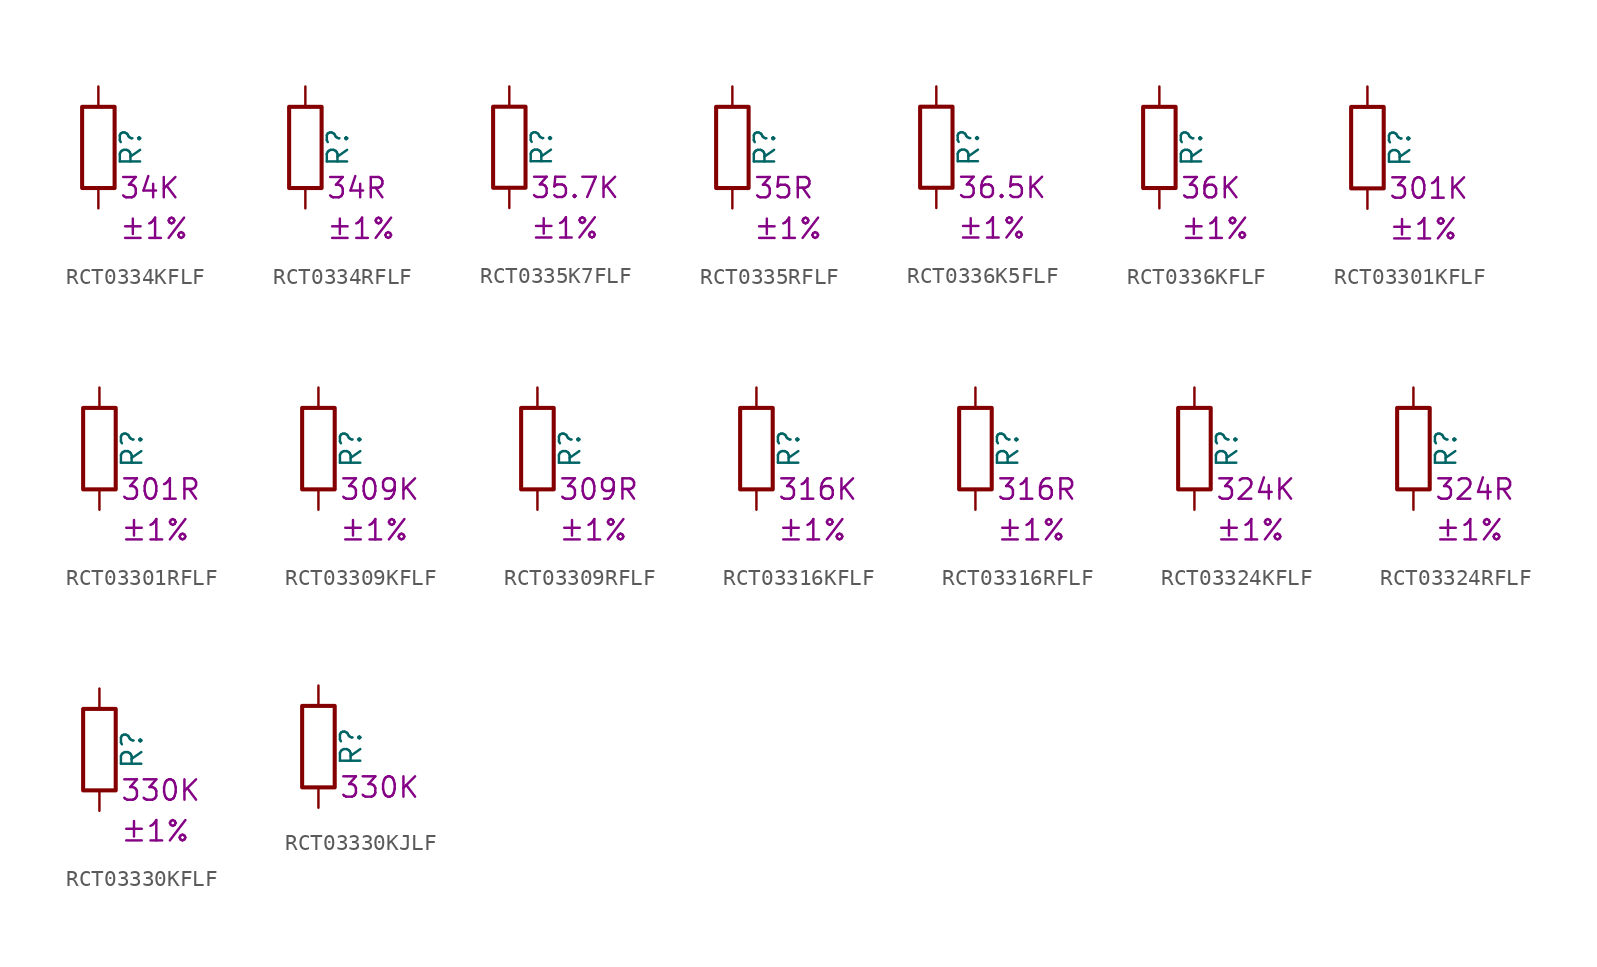
<source format=kicad_sym>
(kicad_symbol_lib
  (version 20220914)
  (generator kicad_symbol_editor)
  (symbol "RCT0334KFLF"
    (pin_numbers hide)
    (pin_names
      (offset 0))
    (property "Reference" "R"
      (at 2.032 0 90)
      (effects (font (size 1.27 1.27))))
    (property "Resistance" "34K"
      (at 1.27 -2.54 0)
      (effects (font (size 1.27 1.27)) (justify left)))
    (property "Tolerance" "±1%"
      (at 1.27 -5.08 0)
      (effects (font (size 1.27 1.27)) (justify left)))
    (symbol "RCT0334KFLF_0_1"
      (rectangle (start -1.016 -2.54) (end 1.016 2.54) (stroke (width 0.254) (type default)) (fill (type none))))
    (symbol "RCT0334KFLF_1_1"
      (pin passive line (at 0 3.81 270) (length 1.27) (name "~" (effects (font (size 1.27 1.27)))) (number "1" (effects (font (size 1.27 1.27)))))
      (pin passive line (at 0 -3.81 90) (length 1.27) (name "~" (effects (font (size 1.27 1.27)))) (number "2" (effects (font (size 1.27 1.27)))))))
  (symbol "RCT0334RFLF"
    (pin_numbers hide)
    (pin_names
      (offset 0))
    (property "Reference" "R"
      (at 2.032 0 90)
      (effects (font (size 1.27 1.27))))
    (property "Resistance" "34R"
      (at 1.27 -2.54 0)
      (effects (font (size 1.27 1.27)) (justify left)))
    (property "Tolerance" "±1%"
      (at 1.27 -5.08 0)
      (effects (font (size 1.27 1.27)) (justify left)))
    (symbol "RCT0334RFLF_0_1"
      (rectangle (start -1.016 -2.54) (end 1.016 2.54) (stroke (width 0.254) (type default)) (fill (type none))))
    (symbol "RCT0334RFLF_1_1"
      (pin passive line (at 0 3.81 270) (length 1.27) (name "~" (effects (font (size 1.27 1.27)))) (number "1" (effects (font (size 1.27 1.27)))))
      (pin passive line (at 0 -3.81 90) (length 1.27) (name "~" (effects (font (size 1.27 1.27)))) (number "2" (effects (font (size 1.27 1.27)))))))
  (symbol "RCT0335K7FLF"
    (pin_numbers hide)
    (pin_names
      (offset 0))
    (property "Reference" "R"
      (at 2.032 0 90)
      (effects (font (size 1.27 1.27))))
    (property "Resistance" "35.7K"
      (at 1.27 -2.54 0)
      (effects (font (size 1.27 1.27)) (justify left)))
    (property "Tolerance" "±1%"
      (at 1.27 -5.08 0)
      (effects (font (size 1.27 1.27)) (justify left)))
    (symbol "RCT0335K7FLF_0_1"
      (rectangle (start -1.016 -2.54) (end 1.016 2.54) (stroke (width 0.254) (type default)) (fill (type none))))
    (symbol "RCT0335K7FLF_1_1"
      (pin passive line (at 0 3.81 270) (length 1.27) (name "~" (effects (font (size 1.27 1.27)))) (number "1" (effects (font (size 1.27 1.27)))))
      (pin passive line (at 0 -3.81 90) (length 1.27) (name "~" (effects (font (size 1.27 1.27)))) (number "2" (effects (font (size 1.27 1.27)))))))
  (symbol "RCT0335RFLF"
    (pin_numbers hide)
    (pin_names
      (offset 0))
    (property "Reference" "R"
      (at 2.032 0 90)
      (effects (font (size 1.27 1.27))))
    (property "Resistance" "35R"
      (at 1.27 -2.54 0)
      (effects (font (size 1.27 1.27)) (justify left)))
    (property "Tolerance" "±1%"
      (at 1.27 -5.08 0)
      (effects (font (size 1.27 1.27)) (justify left)))
    (symbol "RCT0335RFLF_0_1"
      (rectangle (start -1.016 -2.54) (end 1.016 2.54) (stroke (width 0.254) (type default)) (fill (type none))))
    (symbol "RCT0335RFLF_1_1"
      (pin passive line (at 0 3.81 270) (length 1.27) (name "~" (effects (font (size 1.27 1.27)))) (number "1" (effects (font (size 1.27 1.27)))))
      (pin passive line (at 0 -3.81 90) (length 1.27) (name "~" (effects (font (size 1.27 1.27)))) (number "2" (effects (font (size 1.27 1.27)))))))
  (symbol "RCT0336K5FLF"
    (pin_numbers hide)
    (pin_names
      (offset 0))
    (property "Reference" "R"
      (at 2.032 0 90)
      (effects (font (size 1.27 1.27))))
    (property "Resistance" "36.5K"
      (at 1.27 -2.54 0)
      (effects (font (size 1.27 1.27)) (justify left)))
    (property "Tolerance" "±1%"
      (at 1.27 -5.08 0)
      (effects (font (size 1.27 1.27)) (justify left)))
    (symbol "RCT0336K5FLF_0_1"
      (rectangle (start -1.016 -2.54) (end 1.016 2.54) (stroke (width 0.254) (type default)) (fill (type none))))
    (symbol "RCT0336K5FLF_1_1"
      (pin passive line (at 0 3.81 270) (length 1.27) (name "~" (effects (font (size 1.27 1.27)))) (number "1" (effects (font (size 1.27 1.27)))))
      (pin passive line (at 0 -3.81 90) (length 1.27) (name "~" (effects (font (size 1.27 1.27)))) (number "2" (effects (font (size 1.27 1.27)))))))
  (symbol "RCT0336KFLF"
    (pin_numbers hide)
    (pin_names
      (offset 0))
    (property "Reference" "R"
      (at 2.032 0 90)
      (effects (font (size 1.27 1.27))))
    (property "Resistance" "36K"
      (at 1.27 -2.54 0)
      (effects (font (size 1.27 1.27)) (justify left)))
    (property "Tolerance" "±1%"
      (at 1.27 -5.08 0)
      (effects (font (size 1.27 1.27)) (justify left)))
    (symbol "RCT0336KFLF_0_1"
      (rectangle (start -1.016 -2.54) (end 1.016 2.54) (stroke (width 0.254) (type default)) (fill (type none))))
    (symbol "RCT0336KFLF_1_1"
      (pin passive line (at 0 3.81 270) (length 1.27) (name "~" (effects (font (size 1.27 1.27)))) (number "1" (effects (font (size 1.27 1.27)))))
      (pin passive line (at 0 -3.81 90) (length 1.27) (name "~" (effects (font (size 1.27 1.27)))) (number "2" (effects (font (size 1.27 1.27)))))))
  (symbol "RCT03301KFLF"
    (pin_numbers hide)
    (pin_names
      (offset 0))
    (property "Reference" "R"
      (at 2.032 0 90)
      (effects (font (size 1.27 1.27))))
    (property "Resistance" "301K"
      (at 1.27 -2.54 0)
      (effects (font (size 1.27 1.27)) (justify left)))
    (property "Tolerance" "±1%"
      (at 1.27 -5.08 0)
      (effects (font (size 1.27 1.27)) (justify left)))
    (symbol "RCT03301KFLF_0_1"
      (rectangle (start -1.016 -2.54) (end 1.016 2.54) (stroke (width 0.254) (type default)) (fill (type none))))
    (symbol "RCT03301KFLF_1_1"
      (pin passive line (at 0 3.81 270) (length 1.27) (name "~" (effects (font (size 1.27 1.27)))) (number "1" (effects (font (size 1.27 1.27)))))
      (pin passive line (at 0 -3.81 90) (length 1.27) (name "~" (effects (font (size 1.27 1.27)))) (number "2" (effects (font (size 1.27 1.27)))))))
  (symbol "RCT03301RFLF"
    (pin_numbers hide)
    (pin_names
      (offset 0))
    (property "Reference" "R"
      (at 2.032 0 90)
      (effects (font (size 1.27 1.27))))
    (property "Resistance" "301R"
      (at 1.27 -2.54 0)
      (effects (font (size 1.27 1.27)) (justify left)))
    (property "Tolerance" "±1%"
      (at 1.27 -5.08 0)
      (effects (font (size 1.27 1.27)) (justify left)))
    (symbol "RCT03301RFLF_0_1"
      (rectangle (start -1.016 -2.54) (end 1.016 2.54) (stroke (width 0.254) (type default)) (fill (type none))))
    (symbol "RCT03301RFLF_1_1"
      (pin passive line (at 0 3.81 270) (length 1.27) (name "~" (effects (font (size 1.27 1.27)))) (number "1" (effects (font (size 1.27 1.27)))))
      (pin passive line (at 0 -3.81 90) (length 1.27) (name "~" (effects (font (size 1.27 1.27)))) (number "2" (effects (font (size 1.27 1.27)))))))
  (symbol "RCT03309KFLF"
    (pin_numbers hide)
    (pin_names
      (offset 0))
    (property "Reference" "R"
      (at 2.032 0 90)
      (effects (font (size 1.27 1.27))))
    (property "Resistance" "309K"
      (at 1.27 -2.54 0)
      (effects (font (size 1.27 1.27)) (justify left)))
    (property "Tolerance" "±1%"
      (at 1.27 -5.08 0)
      (effects (font (size 1.27 1.27)) (justify left)))
    (symbol "RCT03309KFLF_0_1"
      (rectangle (start -1.016 -2.54) (end 1.016 2.54) (stroke (width 0.254) (type default)) (fill (type none))))
    (symbol "RCT03309KFLF_1_1"
      (pin passive line (at 0 3.81 270) (length 1.27) (name "~" (effects (font (size 1.27 1.27)))) (number "1" (effects (font (size 1.27 1.27)))))
      (pin passive line (at 0 -3.81 90) (length 1.27) (name "~" (effects (font (size 1.27 1.27)))) (number "2" (effects (font (size 1.27 1.27)))))))
  (symbol "RCT03309RFLF"
    (pin_numbers hide)
    (pin_names
      (offset 0))
    (property "Reference" "R"
      (at 2.032 0 90)
      (effects (font (size 1.27 1.27))))
    (property "Resistance" "309R"
      (at 1.27 -2.54 0)
      (effects (font (size 1.27 1.27)) (justify left)))
    (property "Tolerance" "±1%"
      (at 1.27 -5.08 0)
      (effects (font (size 1.27 1.27)) (justify left)))
    (symbol "RCT03309RFLF_0_1"
      (rectangle (start -1.016 -2.54) (end 1.016 2.54) (stroke (width 0.254) (type default)) (fill (type none))))
    (symbol "RCT03309RFLF_1_1"
      (pin passive line (at 0 3.81 270) (length 1.27) (name "~" (effects (font (size 1.27 1.27)))) (number "1" (effects (font (size 1.27 1.27)))))
      (pin passive line (at 0 -3.81 90) (length 1.27) (name "~" (effects (font (size 1.27 1.27)))) (number "2" (effects (font (size 1.27 1.27)))))))
  (symbol "RCT03316KFLF"
    (pin_numbers hide)
    (pin_names
      (offset 0))
    (property "Reference" "R"
      (at 2.032 0 90)
      (effects (font (size 1.27 1.27))))
    (property "Resistance" "316K"
      (at 1.27 -2.54 0)
      (effects (font (size 1.27 1.27)) (justify left)))
    (property "Tolerance" "±1%"
      (at 1.27 -5.08 0)
      (effects (font (size 1.27 1.27)) (justify left)))
    (symbol "RCT03316KFLF_0_1"
      (rectangle (start -1.016 -2.54) (end 1.016 2.54) (stroke (width 0.254) (type default)) (fill (type none))))
    (symbol "RCT03316KFLF_1_1"
      (pin passive line (at 0 3.81 270) (length 1.27) (name "~" (effects (font (size 1.27 1.27)))) (number "1" (effects (font (size 1.27 1.27)))))
      (pin passive line (at 0 -3.81 90) (length 1.27) (name "~" (effects (font (size 1.27 1.27)))) (number "2" (effects (font (size 1.27 1.27)))))))
  (symbol "RCT03316RFLF"
    (pin_numbers hide)
    (pin_names
      (offset 0))
    (property "Reference" "R"
      (at 2.032 0 90)
      (effects (font (size 1.27 1.27))))
    (property "Resistance" "316R"
      (at 1.27 -2.54 0)
      (effects (font (size 1.27 1.27)) (justify left)))
    (property "Tolerance" "±1%"
      (at 1.27 -5.08 0)
      (effects (font (size 1.27 1.27)) (justify left)))
    (symbol "RCT03316RFLF_0_1"
      (rectangle (start -1.016 -2.54) (end 1.016 2.54) (stroke (width 0.254) (type default)) (fill (type none))))
    (symbol "RCT03316RFLF_1_1"
      (pin passive line (at 0 3.81 270) (length 1.27) (name "~" (effects (font (size 1.27 1.27)))) (number "1" (effects (font (size 1.27 1.27)))))
      (pin passive line (at 0 -3.81 90) (length 1.27) (name "~" (effects (font (size 1.27 1.27)))) (number "2" (effects (font (size 1.27 1.27)))))))
  (symbol "RCT03324KFLF"
    (pin_numbers hide)
    (pin_names
      (offset 0))
    (property "Reference" "R"
      (at 2.032 0 90)
      (effects (font (size 1.27 1.27))))
    (property "Resistance" "324K"
      (at 1.27 -2.54 0)
      (effects (font (size 1.27 1.27)) (justify left)))
    (property "Tolerance" "±1%"
      (at 1.27 -5.08 0)
      (effects (font (size 1.27 1.27)) (justify left)))
    (symbol "RCT03324KFLF_0_1"
      (rectangle (start -1.016 -2.54) (end 1.016 2.54) (stroke (width 0.254) (type default)) (fill (type none))))
    (symbol "RCT03324KFLF_1_1"
      (pin passive line (at 0 3.81 270) (length 1.27) (name "~" (effects (font (size 1.27 1.27)))) (number "1" (effects (font (size 1.27 1.27)))))
      (pin passive line (at 0 -3.81 90) (length 1.27) (name "~" (effects (font (size 1.27 1.27)))) (number "2" (effects (font (size 1.27 1.27)))))))
  (symbol "RCT03324RFLF"
    (pin_numbers hide)
    (pin_names
      (offset 0))
    (property "Reference" "R"
      (at 2.032 0 90)
      (effects (font (size 1.27 1.27))))
    (property "Resistance" "324R"
      (at 1.27 -2.54 0)
      (effects (font (size 1.27 1.27)) (justify left)))
    (property "Tolerance" "±1%"
      (at 1.27 -5.08 0)
      (effects (font (size 1.27 1.27)) (justify left)))
    (symbol "RCT03324RFLF_0_1"
      (rectangle (start -1.016 -2.54) (end 1.016 2.54) (stroke (width 0.254) (type default)) (fill (type none))))
    (symbol "RCT03324RFLF_1_1"
      (pin passive line (at 0 3.81 270) (length 1.27) (name "~" (effects (font (size 1.27 1.27)))) (number "1" (effects (font (size 1.27 1.27)))))
      (pin passive line (at 0 -3.81 90) (length 1.27) (name "~" (effects (font (size 1.27 1.27)))) (number "2" (effects (font (size 1.27 1.27)))))))
  (symbol "RCT03330KFLF"
    (pin_numbers hide)
    (pin_names
      (offset 0))
    (property "Reference" "R"
      (at 2.032 0 90)
      (effects (font (size 1.27 1.27))))
    (property "Resistance" "330K"
      (at 1.27 -2.54 0)
      (effects (font (size 1.27 1.27)) (justify left)))
    (property "Tolerance" "±1%"
      (at 1.27 -5.08 0)
      (effects (font (size 1.27 1.27)) (justify left)))
    (symbol "RCT03330KFLF_0_1"
      (rectangle (start -1.016 -2.54) (end 1.016 2.54) (stroke (width 0.254) (type default)) (fill (type none))))
    (symbol "RCT03330KFLF_1_1"
      (pin passive line (at 0 3.81 270) (length 1.27) (name "~" (effects (font (size 1.27 1.27)))) (number "1" (effects (font (size 1.27 1.27)))))
      (pin passive line (at 0 -3.81 90) (length 1.27) (name "~" (effects (font (size 1.27 1.27)))) (number "2" (effects (font (size 1.27 1.27)))))))
  (symbol "RCT03330KJLF"
    (pin_numbers hide)
    (pin_names
      (offset 0))
    (property "Reference" "R"
      (at 2.032 0 90)
      (effects (font (size 1.27 1.27))))
    (property "Resistance" "330K"
      (at 1.27 -2.54 0)
      (effects (font (size 1.27 1.27)) (justify left)))
    (symbol "RCT03330KJLF_0_1"
      (rectangle (start -1.016 -2.54) (end 1.016 2.54) (stroke (width 0.254) (type default)) (fill (type none))))
    (symbol "RCT03330KJLF_1_1"
      (pin passive line (at 0 3.81 270) (length 1.27) (name "~" (effects (font (size 1.27 1.27)))) (number "1" (effects (font (size 1.27 1.27)))))
      (pin passive line (at 0 -3.81 90) (length 1.27) (name "~" (effects (font (size 1.27 1.27)))) (number "2" (effects (font (size 1.27 1.27))))))))
</source>
